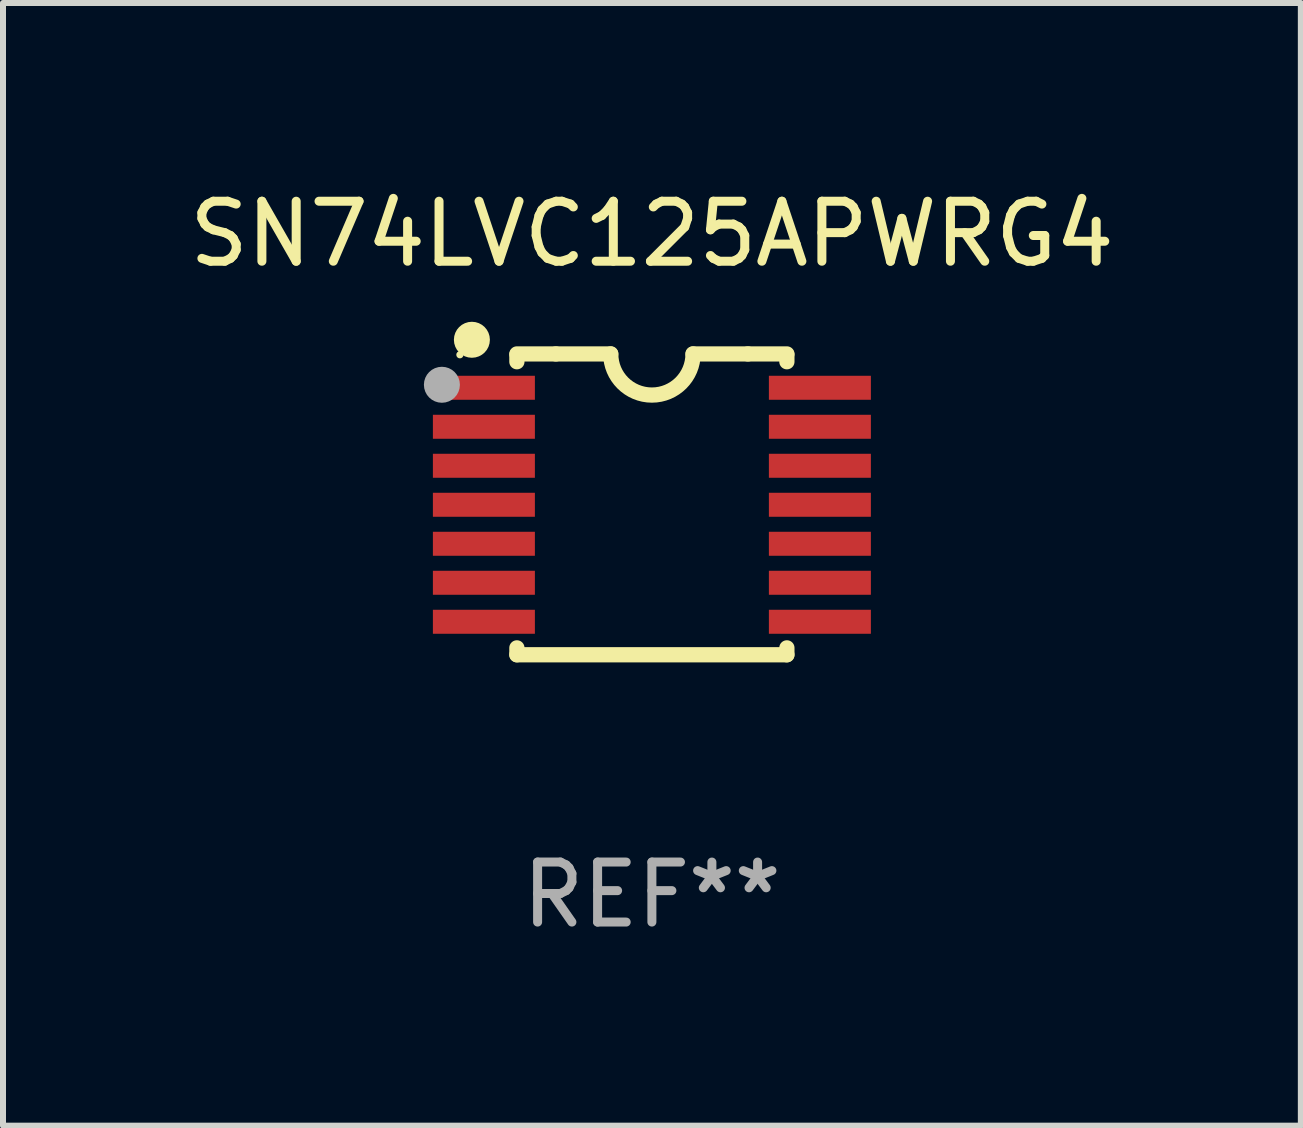
<source format=kicad_pcb>
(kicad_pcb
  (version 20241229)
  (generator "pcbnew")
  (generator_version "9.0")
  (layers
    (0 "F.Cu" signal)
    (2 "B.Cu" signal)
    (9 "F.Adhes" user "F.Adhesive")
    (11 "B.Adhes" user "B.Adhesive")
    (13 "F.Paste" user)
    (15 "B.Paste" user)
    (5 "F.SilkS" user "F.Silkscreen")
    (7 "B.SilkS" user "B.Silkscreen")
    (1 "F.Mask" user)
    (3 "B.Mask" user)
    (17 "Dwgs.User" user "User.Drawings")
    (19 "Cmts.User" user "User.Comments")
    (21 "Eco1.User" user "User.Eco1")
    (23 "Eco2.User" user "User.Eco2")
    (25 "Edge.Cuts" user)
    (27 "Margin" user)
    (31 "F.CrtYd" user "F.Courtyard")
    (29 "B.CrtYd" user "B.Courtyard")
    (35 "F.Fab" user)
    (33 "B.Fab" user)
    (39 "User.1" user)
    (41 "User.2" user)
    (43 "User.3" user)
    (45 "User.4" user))
  (footprint "SN74LVC125APWRG4"
    (layer "F.Cu")
    (at 7.815 5.356)
    (property "Reference" "SN74LVC125APWRG4" (at 0 -4.507 0) (layer "F.SilkS") (effects (font (size 1 1) (thickness 0.15))))
    (attr through_hole)
    (fp_line (start -2.25 -2.377) (end -2.25 -2.493) (stroke (width 0.254) (type solid)) (layer "F.SilkS"))
    (fp_line (start -2.25 2.507) (end -2.25 2.392) (stroke (width 0.254) (type solid)) (layer "F.SilkS"))
    (fp_line (start -1.6 -2.507) (end -2.25 -2.507) (stroke (width 0.254) (type solid)) (layer "F.SilkS"))
    (fp_line (start -1.6 -2.507) (end -0.686 -2.507) (stroke (width 0.254) (type solid)) (layer "F.SilkS"))
    (fp_line (start 0.686 -2.507) (end 1.6 -2.507) (stroke (width 0.254) (type solid)) (layer "F.SilkS"))
    (fp_line (start 1.6 -2.507) (end 2.25 -2.507) (stroke (width 0.254) (type solid)) (layer "F.SilkS"))
    (fp_line (start 2.25 -2.493) (end 2.25 -2.377) (stroke (width 0.254) (type solid)) (layer "F.SilkS"))
    (fp_line (start 2.25 2.392) (end 2.25 2.507) (stroke (width 0.254) (type solid)) (layer "F.SilkS"))
    (fp_line (start 2.25 2.507) (end -2.25 2.507) (stroke (width 0.254) (type solid)) (layer "F.SilkS"))
    (fp_arc (start 0.685852 -2.507303) (mid 0.000051 -1.821502) (end -0.68575 -2.507303) (stroke (width 0.254001) (type solid)) (layer "F.SilkS"))
    (fp_circle (center -3.2 -2.493) (end -3.17 -2.493) (stroke (width 0.06) (type solid)) (fill no) (layer "F.SilkS"))
    (fp_circle (center -3 -2.743) (end -2.85 -2.743) (stroke (width 0.3) (type solid)) (fill no) (layer "F.SilkS"))
    (fp_circle (center -3.5 -1.993) (end -3.35 -1.993) (stroke (width 0.3) (type solid)) (fill no) (layer "F.Fab"))
    (fp_text user "REF**" (at 0 6.507 0) (layer "F.Fab") (effects (font (size 1 1) (thickness 0.15))))
    (pad "1" smd rect (at -2.8 -1.943) (size 1.7 0.4) (layers "F.Cu" "F.Mask" "F.Paste"))
    (pad "2" smd rect (at -2.8 -1.293) (size 1.7 0.4) (layers "F.Cu" "F.Mask" "F.Paste"))
    (pad "3" smd rect (at -2.8 -0.643) (size 1.7 0.4) (layers "F.Cu" "F.Mask" "F.Paste"))
    (pad "4" smd rect (at -2.8 0.007) (size 1.7 0.4) (layers "F.Cu" "F.Mask" "F.Paste"))
    (pad "5" smd rect (at -2.8 0.657) (size 1.7 0.4) (layers "F.Cu" "F.Mask" "F.Paste"))
    (pad "6" smd rect (at -2.8 1.307) (size 1.7 0.4) (layers "F.Cu" "F.Mask" "F.Paste"))
    (pad "7" smd rect (at -2.8 1.957) (size 1.7 0.4) (layers "F.Cu" "F.Mask" "F.Paste"))
    (pad "8" smd rect (at 2.8 1.957) (size 1.7 0.4) (layers "F.Cu" "F.Mask" "F.Paste"))
    (pad "9" smd rect (at 2.8 1.307) (size 1.7 0.4) (layers "F.Cu" "F.Mask" "F.Paste"))
    (pad "10" smd rect (at 2.8 0.657) (size 1.7 0.4) (layers "F.Cu" "F.Mask" "F.Paste"))
    (pad "11" smd rect (at 2.8 0.007) (size 1.7 0.4) (layers "F.Cu" "F.Mask" "F.Paste"))
    (pad "12" smd rect (at 2.8 -0.643) (size 1.7 0.4) (layers "F.Cu" "F.Mask" "F.Paste"))
    (pad "13" smd rect (at 2.8 -1.293) (size 1.7 0.4) (layers "F.Cu" "F.Mask" "F.Paste"))
    (pad "14" smd rect (at 2.8 -1.943) (size 1.7 0.4) (layers "F.Cu" "F.Mask" "F.Paste")))
  (gr_rect
    (start -3 -3)
    (end 18.631 15.711)
    (stroke (width 0.1) (type default))
    (fill no)
    (layer "Edge.Cuts")))
</source>
